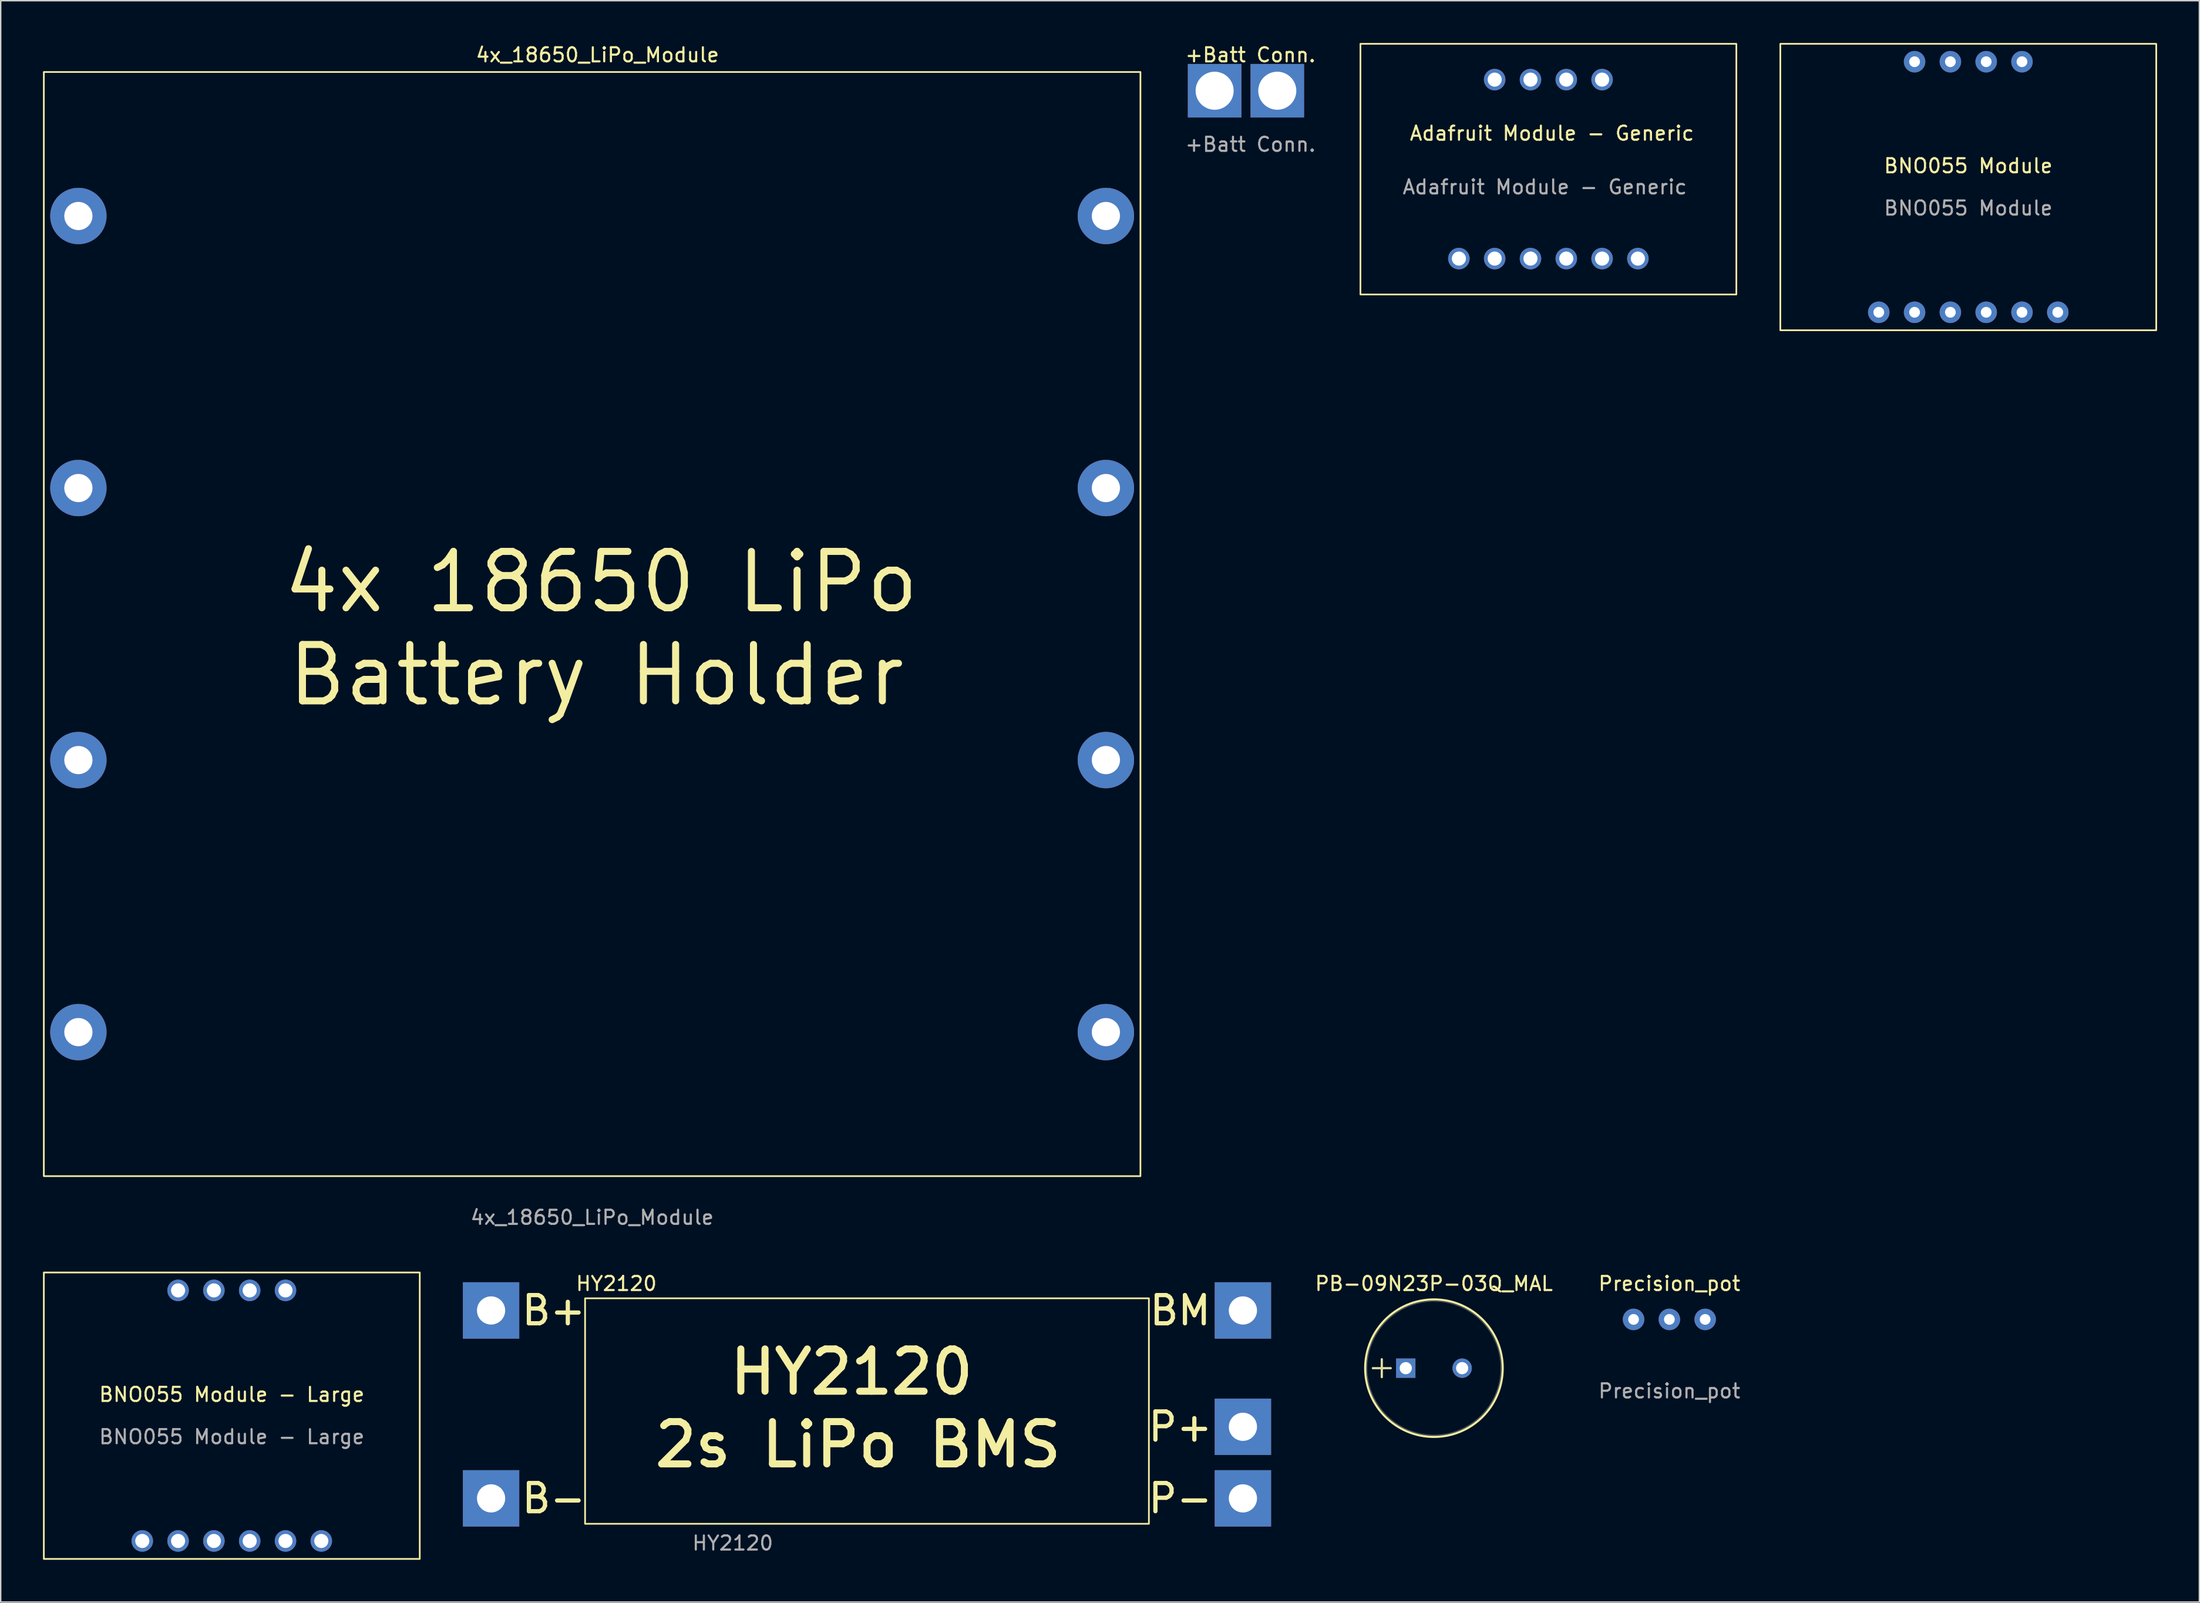
<source format=kicad_pcb>
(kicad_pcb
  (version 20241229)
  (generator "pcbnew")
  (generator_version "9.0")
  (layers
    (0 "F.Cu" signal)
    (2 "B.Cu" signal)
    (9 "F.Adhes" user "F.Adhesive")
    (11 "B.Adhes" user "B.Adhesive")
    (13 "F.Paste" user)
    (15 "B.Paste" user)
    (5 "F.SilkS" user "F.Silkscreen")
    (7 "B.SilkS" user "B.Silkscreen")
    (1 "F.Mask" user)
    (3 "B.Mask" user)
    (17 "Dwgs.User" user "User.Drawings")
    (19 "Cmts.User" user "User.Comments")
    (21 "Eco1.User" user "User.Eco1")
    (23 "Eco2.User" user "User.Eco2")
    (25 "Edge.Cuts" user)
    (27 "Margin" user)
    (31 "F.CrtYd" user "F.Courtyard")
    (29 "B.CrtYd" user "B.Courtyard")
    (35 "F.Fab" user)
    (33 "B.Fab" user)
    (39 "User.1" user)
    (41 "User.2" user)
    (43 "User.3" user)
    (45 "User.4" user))
  (footprint "HY2120"
    (layer "F.Cu")
    (at 31.79 89.941)
    (property "Reference" "HY2120" (at 8.89 -1.905 0) (unlocked yes) (layer "F.SilkS") (effects (font (size 1 1) (thickness 0.15))))
    (attr through_hole)
    (fp_rect (start 6.67 -0.862) (end 46.67 15.138) (stroke (width 0.12) (type solid)) (fill no) (layer "F.SilkS"))
    (fp_text user "B+" (at 4.445 0 0) (unlocked yes) (layer "F.SilkS") (effects (font (size 2 2) (thickness 0.3))))
    (fp_text user "B-" (at 4.445 13.335 0) (unlocked yes) (layer "F.SilkS") (effects (font (size 2 2) (thickness 0.3))))
    (fp_text user "BM" (at 48.895 0 0) (unlocked yes) (layer "F.SilkS") (effects (font (size 2 2) (thickness 0.3))))
    (fp_text user "2s LiPo BMS" (at 26.035 9.525 0) (unlocked yes) (layer "F.SilkS") (effects (font (size 3 3) (thickness 0.5))))
    (fp_text user "P-" (at 48.895 13.335 0) (unlocked yes) (layer "F.SilkS") (effects (font (size 2 2) (thickness 0.3))))
    (fp_text user "HY2120" (at 25.578 4.369 0) (unlocked yes) (layer "F.SilkS") (effects (font (size 3 3) (thickness 0.5))))
    (fp_text user "P+" (at 48.895 8.255 0) (unlocked yes) (layer "F.SilkS") (effects (font (size 2 2) (thickness 0.3))))
    (fp_text user "${REFERENCE}" (at 17.145 16.51 0) (unlocked yes) (layer "F.Fab") (effects (font (size 1 1) (thickness 0.15))))
    (pad "1" thru_hole rect (at 0 0) (size 4 4) (drill 2) (layers "*.Cu" "*.Mask"))
    (pad "2" thru_hole rect (at 53.34 0) (size 4 4) (drill 2) (layers "*.Cu" "*.Mask"))
    (pad "3" thru_hole rect (at 0 13.334) (size 4 4) (drill 2) (layers "*.Cu" "*.Mask"))
    (pad "4" thru_hole rect (at 53.34 13.335) (size 4 4) (drill 2) (layers "*.Cu" "*.Mask"))
    (pad "5" thru_hole rect (at 53.34 8.255) (size 4 4) (drill 2) (layers "*.Cu" "*.Mask")))
  (footprint "BNO055 Module - Large"
    (layer "F.Cu")
    (at 7.045 106.297)
    (property "Reference" "BNO055 Module - Large" (at 6.35 -10.39 0) (unlocked yes) (layer "F.SilkS") (effects (font (size 1 1) (thickness 0.15))))
    (attr through_hole)
    (fp_rect (start -6.985 -19.05) (end 19.685 1.275) (stroke (width 0.12) (type solid)) (fill no) (layer "F.SilkS"))
    (fp_text user "${REFERENCE}" (at 6.35 -7.39 0) (unlocked yes) (layer "F.Fab") (effects (font (size 1 1) (thickness 0.15))))
    (pad "1" thru_hole circle (at 0 0) (size 1.524 1.524) (drill 1) (layers "*.Cu" "*.Mask"))
    (pad "2" thru_hole circle (at 2.54 0) (size 1.524 1.524) (drill 1) (layers "*.Cu" "*.Mask"))
    (pad "3" thru_hole circle (at 5.08 0) (size 1.524 1.524) (drill 1) (layers "*.Cu" "*.Mask"))
    (pad "4" thru_hole circle (at 7.62 0) (size 1.524 1.524) (drill 1) (layers "*.Cu" "*.Mask"))
    (pad "5" thru_hole circle (at 10.16 0) (size 1.524 1.524) (drill 1) (layers "*.Cu" "*.Mask"))
    (pad "6" thru_hole circle (at 12.7 0) (size 1.524 1.524) (drill 1) (layers "*.Cu" "*.Mask"))
    (pad "7" thru_hole circle (at 10.16 -17.78) (size 1.524 1.524) (drill 1) (layers "*.Cu" "*.Mask"))
    (pad "8" thru_hole circle (at 7.62 -17.78) (size 1.524 1.524) (drill 1) (layers "*.Cu" "*.Mask"))
    (pad "9" thru_hole circle (at 5.08 -17.78) (size 1.524 1.524) (drill 1) (layers "*.Cu" "*.Mask"))
    (pad "10" thru_hole circle (at 2.54 -17.78) (size 1.524 1.524) (drill 1) (layers "*.Cu" "*.Mask")))
  (footprint "PB-09N23P-03Q_MAL"
    (layer "F.Cu")
    (at 96.684 94.036)
    (property "Reference" "PB-09N23P-03Q_MAL" (at 2 -6 0) (unlocked yes) (layer "F.SilkS") (effects (font (size 1 1) (thickness 0.15))))
    (attr through_hole)
    (fp_line (start -2.335 0) (end -1.065 0) (stroke (width 0.152) (type solid)) (layer "F.SilkS"))
    (fp_line (start -1.7 -0.635) (end -1.7 0.635) (stroke (width 0.152) (type solid)) (layer "F.SilkS"))
    (fp_circle (center 2 0) (end 6.877 0) (stroke (width 0.152) (type solid)) (fill no) (layer "F.SilkS"))
    (fp_line (start -2.335 0) (end -1.065 0) (stroke (width 0.025) (type solid)) (layer "F.Fab"))
    (fp_line (start -1.7 -0.635) (end -1.7 0.635) (stroke (width 0.025) (type solid)) (layer "F.Fab"))
    (fp_circle (center 2 0) (end 6.75 0) (stroke (width 0.025) (type solid)) (fill no) (layer "F.Fab"))
    (pad "1" thru_hole rect (at 0 0) (size 1.372 1.372) (drill 0.864) (layers "*.Cu" "*.Mask"))
    (pad "2" thru_hole circle (at 4 0) (size 1.372 1.372) (drill 0.864) (layers "*.Cu" "*.Mask")))
  (footprint "+Batt Conn."
    (layer "F.Cu")
    (at 83.124 3.388)
    (property "Reference" "+Batt Conn." (at 2.54 -2.54 0) (unlocked yes) (layer "F.SilkS") (effects (font (size 1 1) (thickness 0.15))))
    (attr through_hole)
    (fp_text user "${REFERENCE}" (at 2.54 3.81 0) (unlocked yes) (layer "F.Fab") (effects (font (size 1 1) (thickness 0.15))))
    (pad "1" thru_hole rect (at 0 0) (size 3.8 3.8) (drill 2.7) (layers "*.Cu" "*.Mask"))
    (pad "2" thru_hole rect (at 4.445 0) (size 3.8 3.8) (drill 2.7) (layers "*.Cu" "*.Mask")))
  (footprint "Precision_pot"
    (layer "F.Cu")
    (at 115.386 90.576)
    (property "Reference" "Precision_pot" (at 0 -2.54 0) (unlocked yes) (layer "F.SilkS") (effects (font (size 1 1) (thickness 0.15))))
    (attr through_hole)
    (fp_text user "${REFERENCE}" (at 0 5.08 0) (unlocked yes) (layer "F.Fab") (effects (font (size 1 1) (thickness 0.15))))
    (pad "1" thru_hole circle (at -2.54 0) (size 1.524 1.524) (drill 0.762) (layers "*.Cu" "*.Mask"))
    (pad "2" thru_hole circle (at 0 0) (size 1.524 1.524) (drill 0.762) (layers "*.Cu" "*.Mask"))
    (pad "3" thru_hole circle (at 2.54 0) (size 1.524 1.524) (drill 0.762) (layers "*.Cu" "*.Mask")))
  (footprint "Adafruit Module - Generic"
    (layer "F.Cu")
    (at 100.453 15.3)
    (property "Reference" "Adafruit Module - Generic" (at 6.604 -8.89 0) (unlocked yes) (layer "F.SilkS") (effects (font (size 1 1) (thickness 0.15))))
    (attr through_hole)
    (fp_rect (start -6.985 -15.24) (end 19.685 2.545) (stroke (width 0.12) (type solid)) (fill no) (layer "F.SilkS"))
    (fp_text user "${REFERENCE}" (at 6.096 -5.08 0) (unlocked yes) (layer "F.Fab") (effects (font (size 1 1) (thickness 0.15))))
    (pad "1" thru_hole circle (at 0 0) (size 1.524 1.524) (drill 1) (layers "*.Cu" "*.Mask"))
    (pad "2" thru_hole circle (at 2.54 0) (size 1.524 1.524) (drill 1) (layers "*.Cu" "*.Mask"))
    (pad "3" thru_hole circle (at 5.08 0) (size 1.524 1.524) (drill 1) (layers "*.Cu" "*.Mask"))
    (pad "4" thru_hole circle (at 7.62 0) (size 1.524 1.524) (drill 1) (layers "*.Cu" "*.Mask"))
    (pad "5" thru_hole circle (at 10.16 0) (size 1.524 1.524) (drill 1) (layers "*.Cu" "*.Mask"))
    (pad "6" thru_hole circle (at 12.7 0) (size 1.524 1.524) (drill 1) (layers "*.Cu" "*.Mask"))
    (pad "7" thru_hole circle (at 10.16 -12.7) (size 1.524 1.524) (drill 1) (layers "*.Cu" "*.Mask"))
    (pad "8" thru_hole circle (at 7.62 -12.7) (size 1.524 1.524) (drill 1) (layers "*.Cu" "*.Mask"))
    (pad "9" thru_hole circle (at 5.08 -12.7) (size 1.524 1.524) (drill 1) (layers "*.Cu" "*.Mask"))
    (pad "10" thru_hole circle (at 2.54 -12.7) (size 1.524 1.524) (drill 1) (layers "*.Cu" "*.Mask")))
  (footprint "BNO055 Module"
    (layer "F.Cu")
    (at 130.243 19.11)
    (property "Reference" "BNO055 Module" (at 6.35 -10.39 0) (unlocked yes) (layer "F.SilkS") (effects (font (size 1 1) (thickness 0.15))))
    (attr through_hole)
    (fp_rect (start -6.985 -19.05) (end 19.685 1.275) (stroke (width 0.12) (type solid)) (fill no) (layer "F.SilkS"))
    (fp_text user "${REFERENCE}" (at 6.35 -7.39 0) (unlocked yes) (layer "F.Fab") (effects (font (size 1 1) (thickness 0.15))))
    (pad "1" thru_hole circle (at 0 0) (size 1.524 1.524) (drill 0.762) (layers "*.Cu" "*.Mask"))
    (pad "2" thru_hole circle (at 2.54 0) (size 1.524 1.524) (drill 0.762) (layers "*.Cu" "*.Mask"))
    (pad "3" thru_hole circle (at 5.08 0) (size 1.524 1.524) (drill 0.762) (layers "*.Cu" "*.Mask"))
    (pad "4" thru_hole circle (at 7.62 0) (size 1.524 1.524) (drill 0.762) (layers "*.Cu" "*.Mask"))
    (pad "5" thru_hole circle (at 10.16 0) (size 1.524 1.524) (drill 0.762) (layers "*.Cu" "*.Mask"))
    (pad "6" thru_hole circle (at 12.7 0) (size 1.524 1.524) (drill 0.762) (layers "*.Cu" "*.Mask"))
    (pad "7" thru_hole circle (at 10.16 -17.78) (size 1.524 1.524) (drill 0.762) (layers "*.Cu" "*.Mask"))
    (pad "8" thru_hole circle (at 7.62 -17.78) (size 1.524 1.524) (drill 0.762) (layers "*.Cu" "*.Mask"))
    (pad "9" thru_hole circle (at 5.08 -17.78) (size 1.524 1.524) (drill 0.762) (layers "*.Cu" "*.Mask"))
    (pad "10" thru_hole circle (at 2.54 -17.78) (size 1.524 1.524) (drill 0.762) (layers "*.Cu" "*.Mask")))
  (footprint "4x_18650_LiPo_Module"
    (layer "F.Cu")
    (at 38.96 2.059)
    (property "Reference" "4x_18650_LiPo_Module" (at 0.381 -1.211 0) (unlocked yes) (layer "F.SilkS") (effects (font (size 1 1) (thickness 0.15))))
    (attr through_hole)
    (fp_rect (start -38.9 0) (end 38.9 78.35) (stroke (width 0.12) (type solid)) (fill no) (layer "F.SilkS"))
    (fp_text user "Battery Holder" (at 0.305 42.799 0) (unlocked yes) (layer "F.SilkS") (effects (font (size 4 4) (thickness 0.5))))
    (fp_text user "4x 18650 LiPo" (at 0.635 36.195 0) (unlocked yes) (layer "F.SilkS") (effects (font (size 4 4) (thickness 0.5))))
    (fp_text user "${REFERENCE}" (at 0 81.28 0) (unlocked yes) (layer "F.Fab") (effects (font (size 1 1) (thickness 0.15))))
    (pad "1" thru_hole circle (at -36.449 10.219) (size 4 4) (drill 2) (layers "*.Cu" "*.Mask"))
    (pad "2" thru_hole circle (at -36.449 29.523) (size 4 4) (drill 2) (layers "*.Cu" "*.Mask"))
    (pad "3" thru_hole circle (at -36.449 48.827) (size 4 4) (drill 2) (layers "*.Cu" "*.Mask"))
    (pad "4" thru_hole circle (at -36.449 68.131 90) (size 4 4) (drill 2) (layers "*.Cu" "*.Mask"))
    (pad "5" thru_hole circle (at 36.449 68.131) (size 4 4) (drill 2) (layers "*.Cu" "*.Mask"))
    (pad "6" thru_hole circle (at 36.449 48.827) (size 4 4) (drill 2) (layers "*.Cu" "*.Mask"))
    (pad "7" thru_hole circle (at 36.449 29.523) (size 4 4) (drill 2) (layers "*.Cu" "*.Mask"))
    (pad "8" thru_hole circle (at 36.449 10.219) (size 4 4) (drill 2) (layers "*.Cu" "*.Mask")))
  (gr_rect
    (start -3 -3)
    (end 152.988 110.632)
    (stroke (width 0.1) (type default))
    (fill no)
    (layer "Edge.Cuts")))
</source>
